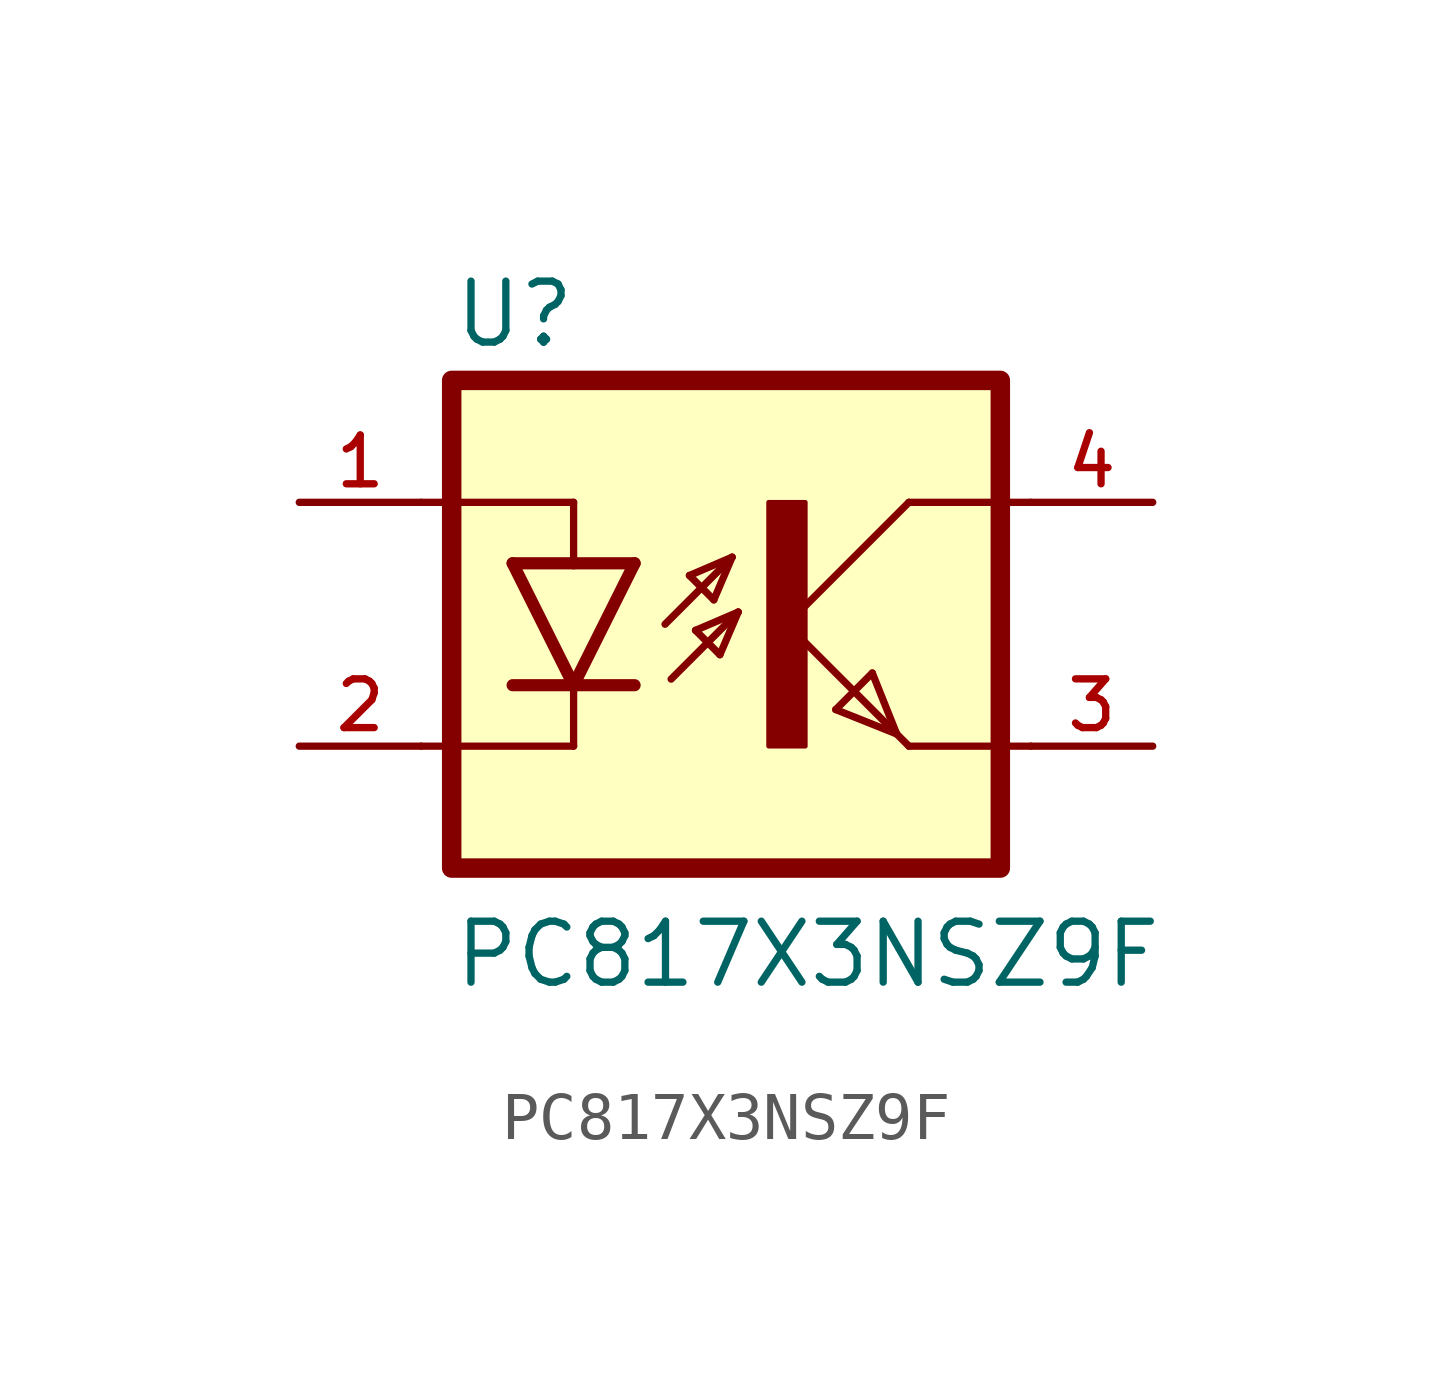
<source format=kicad_sym>
(kicad_symbol_lib
  (version 20211014)
  (generator kicad_symbol_editor)
  (symbol "PC817X3NSZ9F"
    (pin_names
      (offset 1.016))
    (property "Reference" "U"
      (at -6.985 5.715 0)
      (effects (font (size 1.27 1.27)) (justify bottom left)))
    (property "Value" "PC817X3NSZ9F"
      (at -6.985 -7.62 0)
      (effects (font (size 1.27 1.27)) (justify bottom left)))
    (symbol "PC817X3NSZ9F_0_0"
      (polyline (pts (xy -2.413 -1.143) (xy -1.016 0.254)) (stroke (width 0.152)))
      (polyline (pts (xy -1.016 0.254) (xy -1.905 -0.127)) (stroke (width 0.152)))
      (polyline (pts (xy -1.905 -0.127) (xy -1.397 -0.635)) (stroke (width 0.152)))
      (polyline (pts (xy -1.397 -0.635) (xy -1.016 0.254)) (stroke (width 0.152)))
      (polyline (pts (xy -1.143 1.397) (xy -2.032 1.016)) (stroke (width 0.152)))
      (polyline (pts (xy -2.032 1.016) (xy -1.524 0.508)) (stroke (width 0.152)))
      (polyline (pts (xy -1.524 0.508) (xy -1.143 1.397)) (stroke (width 0.152)))
      (polyline (pts (xy -2.54 0.0) (xy -1.143 1.397)) (stroke (width 0.152)))
      (polyline (pts (xy -3.175 1.27) (xy -4.445 -1.27)) (stroke (width 0.254)))
      (polyline (pts (xy -4.445 -1.27) (xy -5.715 1.27)) (stroke (width 0.254)))
      (polyline (pts (xy -3.175 -1.27) (xy -4.445 -1.27)) (stroke (width 0.254)))
      (polyline (pts (xy -4.445 -1.27) (xy -5.715 -1.27)) (stroke (width 0.254)))
      (polyline (pts (xy -3.175 1.27) (xy -4.445 1.27)) (stroke (width 0.254)))
      (polyline (pts (xy -4.445 1.27) (xy -5.715 1.27)) (stroke (width 0.254)))
      (polyline (pts (xy -4.445 2.54) (xy -4.445 1.27)) (stroke (width 0.152)))
      (polyline (pts (xy -4.445 -1.27) (xy -4.445 -2.54)) (stroke (width 0.152)))
      (polyline (pts (xy -4.445 2.54) (xy -7.62 2.54)) (stroke (width 0.152)))
      (polyline (pts (xy -4.445 -2.54) (xy -7.62 -2.54)) (stroke (width 0.152)))
      (polyline (pts (xy 2.54 2.54) (xy 0.0 0.0)) (stroke (width 0.152)))
      (polyline (pts (xy 0.0 0.0) (xy 2.286 -2.286)) (stroke (width 0.152)))
      (polyline (pts (xy 2.54 -2.54) (xy 5.08 -2.54)) (stroke (width 0.152)))
      (polyline (pts (xy 2.54 2.54) (xy 5.08 2.54)) (stroke (width 0.152)))
      (polyline (pts (xy 1.778 -1.016) (xy 2.286 -2.286)) (stroke (width 0.152)))
      (polyline (pts (xy 2.286 -2.286) (xy 2.54 -2.54)) (stroke (width 0.152)))
      (polyline (pts (xy 2.286 -2.286) (xy 1.016 -1.778)) (stroke (width 0.152)))
      (polyline (pts (xy 1.016 -1.778) (xy 1.778 -1.016)) (stroke (width 0.152)))
      (rectangle (start -0.381 -2.54) (end 0.381 2.54) (stroke (width 0.1)) (fill (type outline)))
      (rectangle (start -6.985 -5.08) (end 4.445 5.08) (stroke (width 0.406)) (fill (type background)))
      (pin passive line (at -10.16 2.54 0) (length 2.54) (name "~" (effects (font (size 1.016 1.016)))) (number "1" (effects (font (size 1.016 1.016)))))
      (pin passive line (at -10.16 -2.54 0) (length 2.54) (name "~" (effects (font (size 1.016 1.016)))) (number "2" (effects (font (size 1.016 1.016)))))
      (pin passive line (at 7.62 -2.54 180.0) (length 2.54) (name "~" (effects (font (size 1.016 1.016)))) (number "3" (effects (font (size 1.016 1.016)))))
      (pin passive line (at 7.62 2.54 180.0) (length 2.54) (name "~" (effects (font (size 1.016 1.016)))) (number "4" (effects (font (size 1.016 1.016))))))))
</source>
